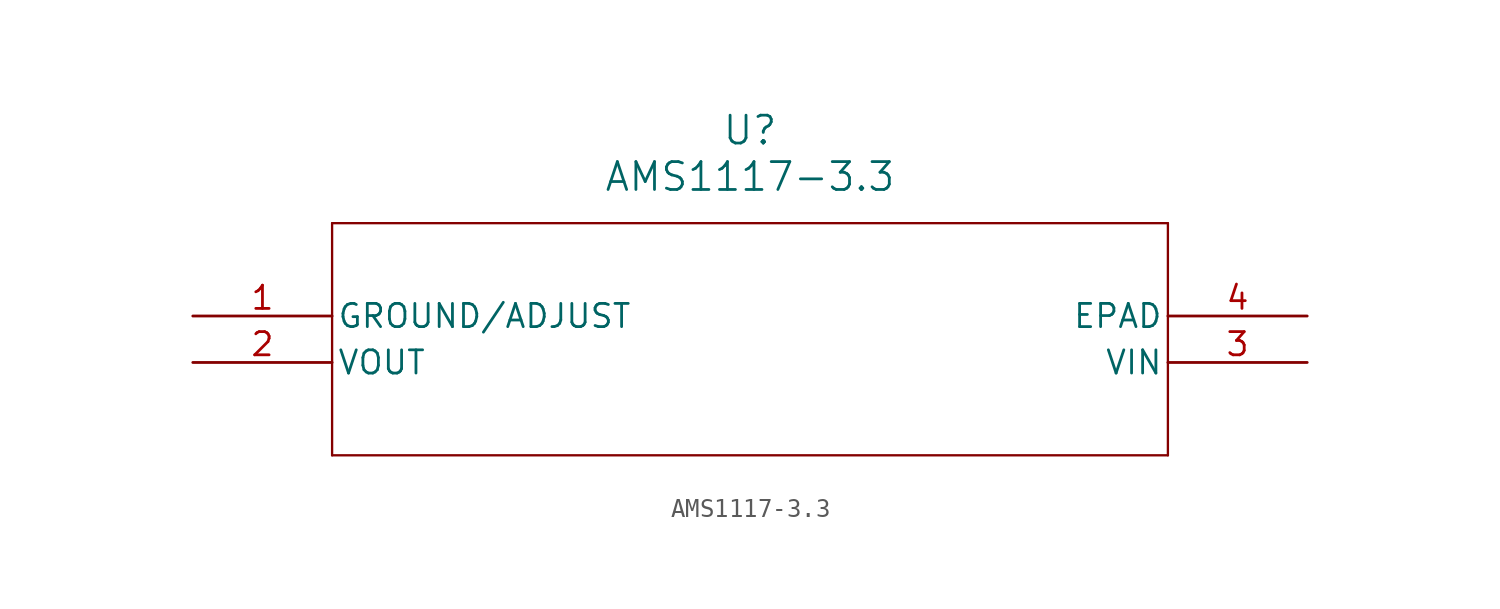
<source format=kicad_sym>
(kicad_symbol_lib
  (version 20211014)
  (generator kicad_symbol_editor)
  (symbol "AMS1117-3.3"
    (pin_names
      (offset 0.254))
    (property "Reference" "U"
      (at 30.48 10.16 0)
      (effects (font (size 1.524 1.524))))
    (property "Value" "AMS1117-3.3"
      (at 30.48 7.62 0)
      (effects (font (size 1.524 1.524))))
    (symbol "AMS1117-3.3_0_1"
      (polyline (pts (xy 7.62 5.08) (xy 7.62 -7.62)) (stroke (width 0.127) (type default) (color 0 0 0 0)) (fill (type none)))
      (polyline (pts (xy 7.62 -7.62) (xy 53.34 -7.62)) (stroke (width 0.127) (type default) (color 0 0 0 0)) (fill (type none)))
      (polyline (pts (xy 53.34 -7.62) (xy 53.34 5.08)) (stroke (width 0.127) (type default) (color 0 0 0 0)) (fill (type none)))
      (polyline (pts (xy 53.34 5.08) (xy 7.62 5.08)) (stroke (width 0.127) (type default) (color 0 0 0 0)) (fill (type none)))
      (pin power_out line (at 0 0 0) (length 7.62) (name "GROUND/ADJUST" (effects (font (size 1.27 1.27)))) (number "1" (effects (font (size 1.27 1.27)))))
      (pin output line (at 0 -2.54 0) (length 7.62) (name "VOUT" (effects (font (size 1.27 1.27)))) (number "2" (effects (font (size 1.27 1.27)))))
      (pin input line (at 60.96 -2.54 180) (length 7.62) (name "VIN" (effects (font (size 1.27 1.27)))) (number "3" (effects (font (size 1.27 1.27)))))
      (pin power_in line (at 60.96 0 180) (length 7.62) (name "EPAD" (effects (font (size 1.27 1.27)))) (number "4" (effects (font (size 1.27 1.27))))))))
</source>
